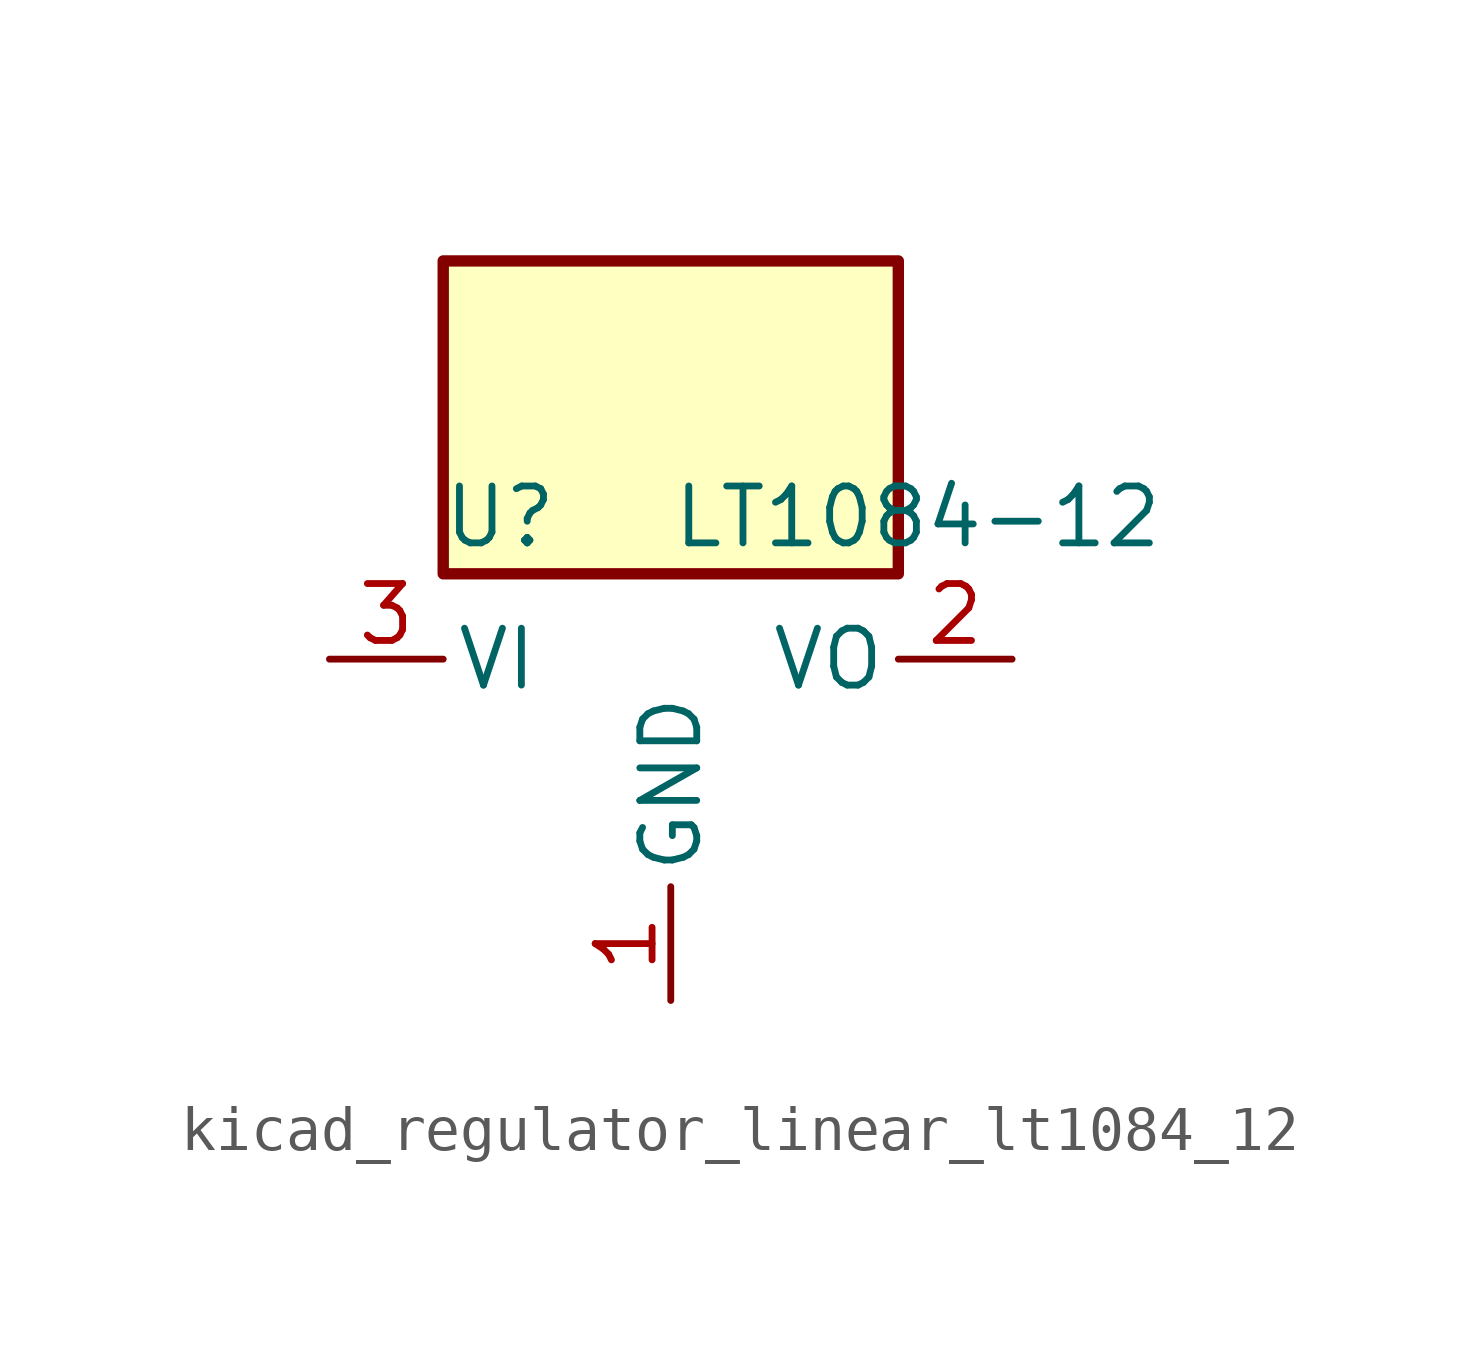
<source format=kicad_sym>
(kicad_symbol_lib
  (version 20220914)
  (generator kicad_symbol_editor)
  (symbol "kicad_regulator_linear_lt1084_12"
    (pin_names
      (offset 0.254))
    (property "Reference" "U"
      (at -3.81 3.175 0)
      (effects (font (size 1.27 1.27))))
    (property "Value" "LT1084-12"
      (at 0 3.175 0)
      (effects (font (size 1.27 1.27)) (justify left)))
    (symbol "kicad_regulator_linear_lt1084_12_0_1"
      (rectangle (start 5.08 8.89) (end -5.08 1.905) (stroke (width 0.254) (type default)) (fill (type background))))
    (symbol "kicad_regulator_linear_lt1084_12_1_1"
      (pin power_in line (at 0 -7.62 90) (length 2.54) (name "GND" (effects (font (size 1.27 1.27)))) (number "1" (effects (font (size 1.27 1.27)))))
      (pin power_out line (at 7.62 0 180) (length 2.54) (name "VO" (effects (font (size 1.27 1.27)))) (number "2" (effects (font (size 1.27 1.27)))))
      (pin power_in line (at -7.62 0 0) (length 2.54) (name "VI" (effects (font (size 1.27 1.27)))) (number "3" (effects (font (size 1.27 1.27))))))))
</source>
